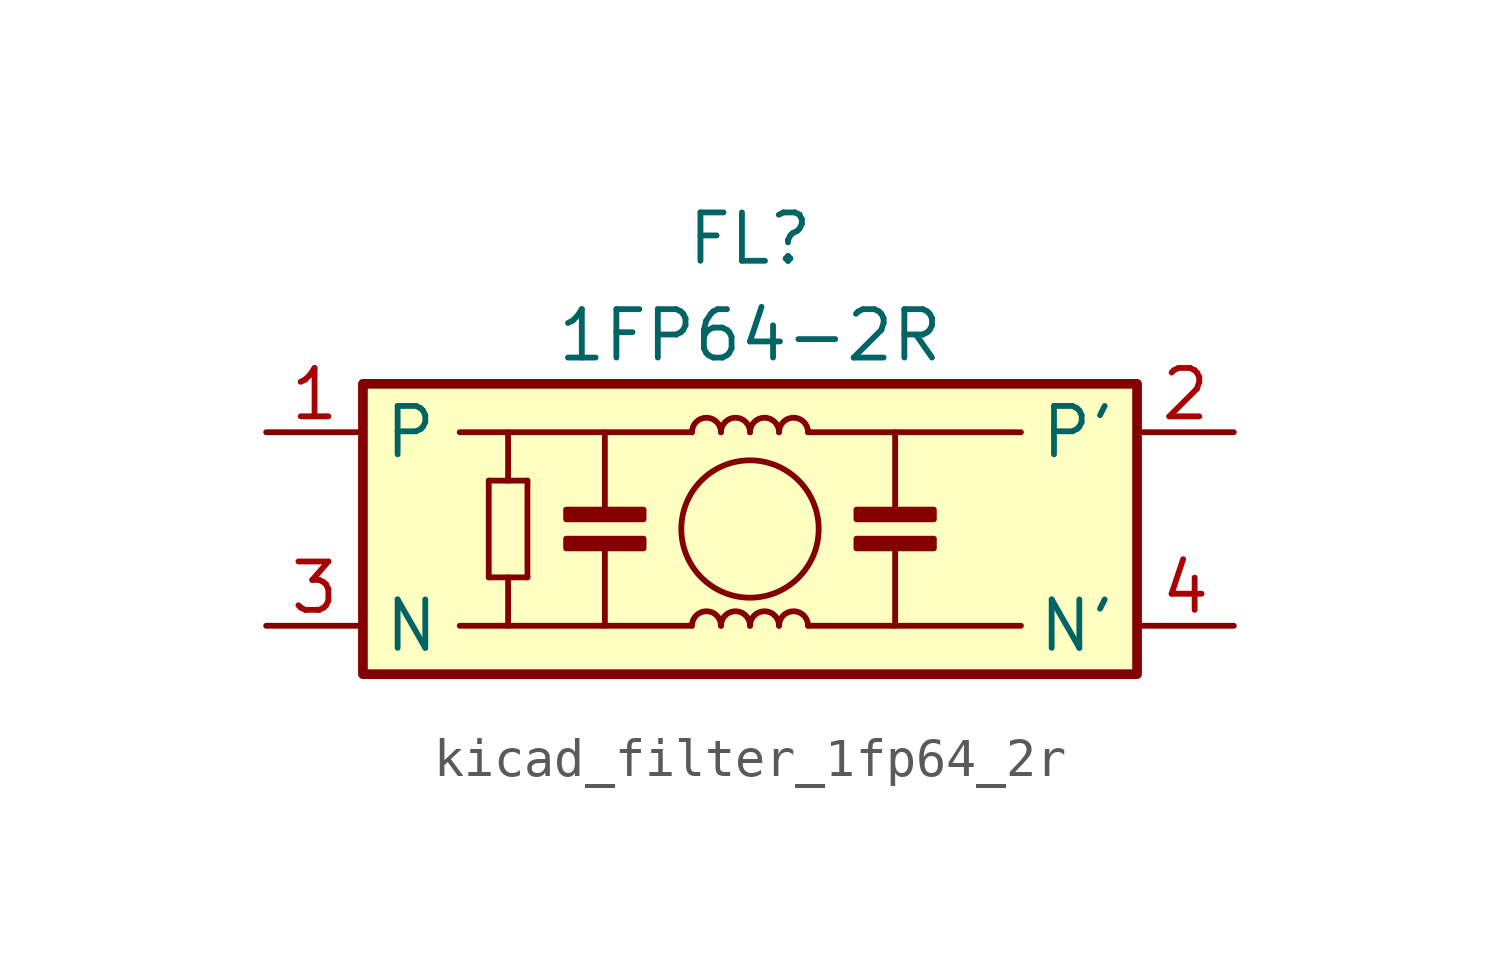
<source format=kicad_sym>
(kicad_symbol_lib
  (version 20220914)
  (generator kicad_symbol_editor)
  (symbol "kicad_filter_1fp64_2r"
    (property "Reference" "FL"
      (at 0 7.62 0)
      (effects (font (size 1.27 1.27))))
    (property "Value" "1FP64-2R"
      (at 0 5.08 0)
      (effects (font (size 1.27 1.27))))
    (symbol "kicad_filter_1fp64_2r_1_1"
      (rectangle (start -10.16 3.81) (end 10.16 -3.81) (stroke (width 0.254) (type default)) (fill (type background)))
      (rectangle (start -4.826 -0.254) (end -2.794 -0.508) (stroke (width 0) (type default)) (fill (type outline)))
      (rectangle (start -4.826 0.254) (end -2.794 0.508) (stroke (width 0) (type default)) (fill (type outline)))
      (arc (start -0.762 -2.54) (mid -1.143 -2.1606) (end -1.524 -2.54) (stroke (width 0) (type default)) (fill (type none)))
      (arc (start -0.762 2.54) (mid -1.143 2.9194) (end -1.524 2.54) (stroke (width 0) (type default)) (fill (type none)))
      (arc (start 0 -2.54) (mid -0.381 -2.1606) (end -0.762 -2.54) (stroke (width 0) (type default)) (fill (type none)))
      (polyline (pts (xy -6.858 -1.27) (xy -6.858 1.27)) (stroke (width 0) (type default)) (fill (type none)))
      (polyline (pts (xy -6.858 -1.27) (xy -5.842 -1.27)) (stroke (width 0) (type default)) (fill (type none)))
      (polyline (pts (xy -6.858 1.27) (xy -5.842 1.27)) (stroke (width 0) (type default)) (fill (type none)))
      (polyline (pts (xy -6.35 -1.27) (xy -6.35 -2.54)) (stroke (width 0) (type default)) (fill (type none)))
      (polyline (pts (xy -6.35 1.27) (xy -6.35 2.54)) (stroke (width 0) (type default)) (fill (type none)))
      (polyline (pts (xy -5.842 -1.27) (xy -5.842 1.27)) (stroke (width 0) (type default)) (fill (type none)))
      (polyline (pts (xy -3.81 -0.508) (xy -3.81 -2.54)) (stroke (width 0) (type default)) (fill (type none)))
      (polyline (pts (xy -3.81 0.508) (xy -3.81 2.54)) (stroke (width 0) (type default)) (fill (type none)))
      (polyline (pts (xy -1.524 -2.54) (xy -7.62 -2.54)) (stroke (width 0) (type default)) (fill (type none)))
      (polyline (pts (xy -1.524 2.54) (xy -7.62 2.54)) (stroke (width 0) (type default)) (fill (type none)))
      (polyline (pts (xy 1.524 -2.54) (xy 7.112 -2.54)) (stroke (width 0) (type default)) (fill (type none)))
      (polyline (pts (xy 3.81 -0.508) (xy 3.81 -2.54)) (stroke (width 0) (type default)) (fill (type none)))
      (polyline (pts (xy 3.81 0.508) (xy 3.81 2.54)) (stroke (width 0) (type default)) (fill (type none)))
      (polyline (pts (xy 7.112 2.54) (xy 1.524 2.54)) (stroke (width 0) (type default)) (fill (type none)))
      (circle (center 0 0) (radius 1.803) (stroke (width 0) (type default)) (fill (type none)))
      (arc (start 0 2.54) (mid -0.381 2.9194) (end -0.762 2.54) (stroke (width 0) (type default)) (fill (type none)))
      (arc (start 0.762 -2.54) (mid 0.381 -2.1606) (end 0 -2.54) (stroke (width 0) (type default)) (fill (type none)))
      (arc (start 0.762 2.54) (mid 0.381 2.9194) (end 0 2.54) (stroke (width 0) (type default)) (fill (type none)))
      (arc (start 1.524 -2.54) (mid 1.143 -2.1606) (end 0.762 -2.54) (stroke (width 0) (type default)) (fill (type none)))
      (arc (start 1.524 2.54) (mid 1.143 2.9194) (end 0.762 2.54) (stroke (width 0) (type default)) (fill (type none)))
      (rectangle (start 2.794 -0.254) (end 4.826 -0.508) (stroke (width 0) (type default)) (fill (type outline)))
      (rectangle (start 2.794 0.254) (end 4.826 0.508) (stroke (width 0) (type default)) (fill (type outline)))
      (pin passive line (at -12.7 2.54 0) (length 2.54) (name "P" (effects (font (size 1.27 1.27)))) (number "1" (effects (font (size 1.27 1.27)))))
      (pin passive line (at 12.7 2.54 180) (length 2.54) (name "P'" (effects (font (size 1.27 1.27)))) (number "2" (effects (font (size 1.27 1.27)))))
      (pin passive line (at -12.7 -2.54 0) (length 2.54) (name "N" (effects (font (size 1.27 1.27)))) (number "3" (effects (font (size 1.27 1.27)))))
      (pin passive line (at 12.7 -2.54 180) (length 2.54) (name "N'" (effects (font (size 1.27 1.27)))) (number "4" (effects (font (size 1.27 1.27))))))))
</source>
